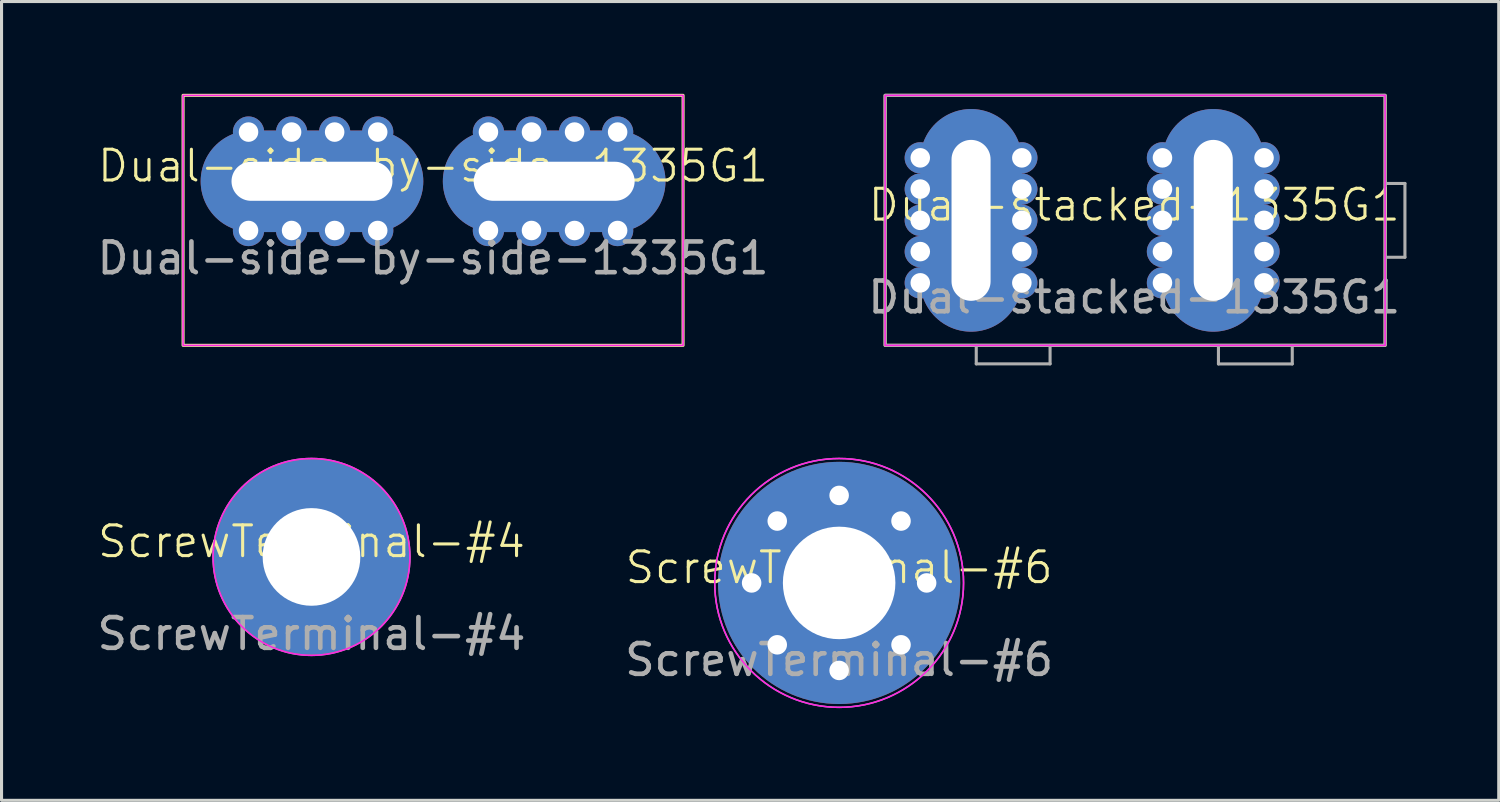
<source format=kicad_pcb>
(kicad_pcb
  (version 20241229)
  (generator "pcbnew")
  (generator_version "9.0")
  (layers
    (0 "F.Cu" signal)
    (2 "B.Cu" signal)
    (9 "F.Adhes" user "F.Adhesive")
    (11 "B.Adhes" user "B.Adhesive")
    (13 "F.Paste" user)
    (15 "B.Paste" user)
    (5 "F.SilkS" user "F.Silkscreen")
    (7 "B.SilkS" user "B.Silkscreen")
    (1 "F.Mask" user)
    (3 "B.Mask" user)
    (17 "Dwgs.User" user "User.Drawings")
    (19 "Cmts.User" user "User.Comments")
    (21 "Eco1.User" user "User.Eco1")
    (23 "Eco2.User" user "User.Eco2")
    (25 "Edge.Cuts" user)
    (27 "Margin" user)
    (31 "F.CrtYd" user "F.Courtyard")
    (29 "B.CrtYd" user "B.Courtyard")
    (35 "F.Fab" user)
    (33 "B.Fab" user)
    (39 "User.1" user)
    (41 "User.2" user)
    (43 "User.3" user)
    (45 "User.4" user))
  (footprint "Dual-stacked-1335G1"
    (layer "F.Cu")
    (at 33.827 4.114)
    (property "Reference" "Dual-stacked-1335G1" (at 0 -0.5 0) (unlocked yes) (layer "F.SilkS") (effects (font (size 1 1) (thickness 0.1))))
    (attr through_hole)
    (fp_rect (start -8.1 -4.064) (end 8.156 4.064) (stroke (width 0.1) (type default)) (fill no) (layer "F.SilkS"))
    (fp_rect (start -8.1 -4.064) (end 8.156 4.064) (stroke (width 0.05) (type default)) (fill no) (layer "F.CrtYd"))
    (fp_line (start -5.137 4.066) (end -5.137 4.666) (stroke (width 0.1) (type default)) (layer "F.Fab"))
    (fp_line (start -5.137 4.666) (end -2.737 4.666) (stroke (width 0.1) (type default)) (layer "F.Fab"))
    (fp_line (start -2.737 4.666) (end -2.737 4.066) (stroke (width 0.1) (type default)) (layer "F.Fab"))
    (fp_line (start 2.737 4.068) (end 2.737 4.668) (stroke (width 0.1) (type default)) (layer "F.Fab"))
    (fp_line (start 2.737 4.668) (end 5.137 4.668) (stroke (width 0.1) (type default)) (layer "F.Fab"))
    (fp_line (start 5.137 4.668) (end 5.137 4.068) (stroke (width 0.1) (type default)) (layer "F.Fab"))
    (fp_line (start 8.2 1.2) (end 8.8 1.2) (stroke (width 0.1) (type default)) (layer "F.Fab"))
    (fp_line (start 8.8 -1.2) (end 8.2 -1.2) (stroke (width 0.1) (type default)) (layer "F.Fab"))
    (fp_line (start 8.8 1.2) (end 8.8 -1.2) (stroke (width 0.1) (type default)) (layer "F.Fab"))
    (fp_rect (start -8.1 -4.064) (end 8.156 4.064) (stroke (width 0.1) (type default)) (fill no) (layer "F.Fab"))
    (fp_text user "${REFERENCE}" (at 0 2.5 0) (unlocked yes) (layer "F.Fab") (effects (font (size 1 1) (thickness 0.15))))
    (pad "1" thru_hole circle (at -6.957 -2.032) (size 1.016 1.016) (drill 0.635) (layers "*.Cu" "*.Mask"))
    (pad "1" thru_hole circle (at -6.957 -1.016) (size 1.016 1.016) (drill 0.635) (layers "*.Cu" "*.Mask"))
    (pad "1" thru_hole circle (at -6.957 0) (size 1.016 1.016) (drill 0.635) (layers "*.Cu" "*.Mask"))
    (pad "1" thru_hole circle (at -6.957 1.016) (size 1.016 1.016) (drill 0.635) (layers "*.Cu" "*.Mask"))
    (pad "1" thru_hole circle (at -6.957 2.032) (size 1.016 1.016) (drill 0.635) (layers "*.Cu" "*.Mask"))
    (pad "1" thru_hole oval (at -5.306 0 90) (size 7.239 3.302) (drill oval 5.232 1.27) (layers "*.Cu" "*.Mask"))
    (pad "1" thru_hole circle (at -3.655 -2.032) (size 1.016 1.016) (drill 0.635) (layers "*.Cu" "*.Mask"))
    (pad "1" thru_hole circle (at -3.655 -1.016) (size 1.016 1.016) (drill 0.635) (layers "*.Cu" "*.Mask"))
    (pad "1" thru_hole circle (at -3.655 0) (size 1.016 1.016) (drill 0.635) (layers "*.Cu" "*.Mask"))
    (pad "1" thru_hole circle (at -3.655 1.016) (size 1.016 1.016) (drill 0.635) (layers "*.Cu" "*.Mask"))
    (pad "1" thru_hole circle (at -3.655 2.032) (size 1.016 1.016) (drill 0.635) (layers "*.Cu" "*.Mask"))
    (pad "2" thru_hole circle (at 0.917 -2.032) (size 1.016 1.016) (drill 0.635) (layers "*.Cu" "*.Mask"))
    (pad "2" thru_hole circle (at 0.917 -1.016) (size 1.016 1.016) (drill 0.635) (layers "*.Cu" "*.Mask"))
    (pad "2" thru_hole circle (at 0.917 0) (size 1.016 1.016) (drill 0.635) (layers "*.Cu" "*.Mask"))
    (pad "2" thru_hole circle (at 0.917 1.016) (size 1.016 1.016) (drill 0.635) (layers "*.Cu" "*.Mask"))
    (pad "2" thru_hole circle (at 0.917 2.032) (size 1.016 1.016) (drill 0.635) (layers "*.Cu" "*.Mask"))
    (pad "2" thru_hole oval (at 2.568 0 90) (size 7.239 3.302) (drill oval 5.232 1.27) (layers "*.Cu" "*.Mask"))
    (pad "2" thru_hole circle (at 4.219 -2.032) (size 1.016 1.016) (drill 0.635) (layers "*.Cu" "*.Mask"))
    (pad "2" thru_hole circle (at 4.219 -1.016) (size 1.016 1.016) (drill 0.635) (layers "*.Cu" "*.Mask"))
    (pad "2" thru_hole circle (at 4.219 0) (size 1.016 1.016) (drill 0.635) (layers "*.Cu" "*.Mask"))
    (pad "2" thru_hole circle (at 4.219 1.016) (size 1.016 1.016) (drill 0.635) (layers "*.Cu" "*.Mask"))
    (pad "2" thru_hole circle (at 4.219 2.032) (size 1.016 1.016) (drill 0.635) (layers "*.Cu" "*.Mask")))
  (footprint "ScrewTerminal-#6"
    (layer "F.Cu")
    (at 24.232 15.902)
    (property "Reference" "ScrewTerminal-#6" (at 0 -0.5 0) (unlocked yes) (layer "F.SilkS") (effects (font (size 1 1) (thickness 0.1))))
    (attr through_hole)
    (fp_circle (center 0 0) (end 4 -0.6) (stroke (width 0.05) (type default)) (fill no) (layer "F.CrtYd"))
    (fp_circle (center 0 0) (end 4.045 0) (stroke (width 0.05) (type default)) (fill no) (layer "F.Fab"))
    (fp_text user "${REFERENCE}" (at 0 2.5 0) (unlocked yes) (layer "F.Fab") (effects (font (size 1 1) (thickness 0.15))))
    (pad "1" thru_hole circle (at -2.845 0) (size 1.016 1.016) (drill 0.635) (layers "*.Cu" "*.Mask"))
    (pad "1" thru_hole circle (at -2.012 -2.012 45) (size 1.016 1.016) (drill 0.635) (layers "*.Cu" "*.Mask"))
    (pad "1" thru_hole circle (at -2.012 2.012 45) (size 1.016 1.016) (drill 0.635) (layers "*.Cu" "*.Mask"))
    (pad "1" thru_hole circle (at 0 -2.845) (size 1.016 1.016) (drill 0.635) (layers "*.Cu" "*.Mask"))
    (pad "1" thru_hole circle (at 0 0) (size 7.874 7.874) (drill 3.658) (layers "*.Cu" "*.Mask"))
    (pad "1" thru_hole circle (at 0 2.845) (size 1.016 1.016) (drill 0.635) (layers "*.Cu" "*.Mask"))
    (pad "1" thru_hole circle (at 2.012 -2.012 45) (size 1.016 1.016) (drill 0.635) (layers "*.Cu" "*.Mask"))
    (pad "1" thru_hole circle (at 2.012 2.012 45) (size 1.016 1.016) (drill 0.635) (layers "*.Cu" "*.Mask"))
    (pad "1" thru_hole circle (at 2.845 0) (size 1.016 1.016) (drill 0.635) (layers "*.Cu" "*.Mask")))
  (footprint "ScrewTerminal-#4"
    (layer "F.Cu")
    (at 7.077 15.057)
    (property "Reference" "ScrewTerminal-#4" (at 0 -0.5 0) (unlocked yes) (layer "F.SilkS") (effects (font (size 1 1) (thickness 0.1))))
    (attr through_hole)
    (fp_circle (center 0 0) (end 3.2 0) (stroke (width 0.05) (type default)) (fill no) (layer "F.CrtYd"))
    (fp_circle (center 0 0) (end 3.2 0) (stroke (width 0.05) (type default)) (fill no) (layer "F.Fab"))
    (fp_text user "${REFERENCE}" (at 0 2.5 0) (unlocked yes) (layer "F.Fab") (effects (font (size 1 1) (thickness 0.15))))
    (pad "1" thru_hole circle (at 0 0) (size 6.35 6.35) (drill 3.175) (layers "*.Cu" "*.Mask")))
  (footprint "Dual-side-by-side-1335G1"
    (layer "F.Cu")
    (at 11.03 2.844)
    (property "Reference" "Dual-side-by-side-1335G1" (at 0 -0.5 0) (unlocked yes) (layer "F.SilkS") (effects (font (size 1 1) (thickness 0.1))))
    (attr through_hole)
    (fp_rect (start -8.128 -2.794) (end 8.128 5.334) (stroke (width 0.1) (type default)) (fill no) (layer "F.SilkS"))
    (fp_rect (start -8.128 -2.794) (end 8.128 5.334) (stroke (width 0.05) (type default)) (fill no) (layer "F.CrtYd"))
    (fp_text user "${REFERENCE}" (at 0 2.5 0) (unlocked yes) (layer "F.Fab") (effects (font (size 1 1) (thickness 0.15))))
    (pad "1" thru_hole circle (at -6 -1.6) (size 1.016 1.016) (drill 0.635) (layers "*.Cu" "*.Mask"))
    (pad "1" thru_hole circle (at -6 1.6) (size 1.016 1.016) (drill 0.635) (layers "*.Cu" "*.Mask"))
    (pad "1" thru_hole circle (at -4.6 -1.6) (size 1.016 1.016) (drill 0.635) (layers "*.Cu" "*.Mask"))
    (pad "1" thru_hole circle (at -4.6 1.6) (size 1.016 1.016) (drill 0.635) (layers "*.Cu" "*.Mask"))
    (pad "1" thru_hole oval (at -3.937 0) (size 7.239 3.302) (drill oval 5.232 1.27) (layers "*.Cu" "*.Mask"))
    (pad "1" thru_hole circle (at -3.2 -1.6) (size 1.016 1.016) (drill 0.635) (layers "*.Cu" "*.Mask"))
    (pad "1" thru_hole circle (at -3.2 1.6) (size 1.016 1.016) (drill 0.635) (layers "*.Cu" "*.Mask"))
    (pad "1" thru_hole circle (at -1.8 -1.6) (size 1.016 1.016) (drill 0.635) (layers "*.Cu" "*.Mask"))
    (pad "1" thru_hole circle (at -1.8 1.6) (size 1.016 1.016) (drill 0.635) (layers "*.Cu" "*.Mask"))
    (pad "2" thru_hole circle (at 1.8 -1.6) (size 1.016 1.016) (drill 0.635) (layers "*.Cu" "*.Mask"))
    (pad "2" thru_hole circle (at 1.8 1.6) (size 1.016 1.016) (drill 0.635) (layers "*.Cu" "*.Mask"))
    (pad "2" thru_hole circle (at 3.2 -1.6) (size 1.016 1.016) (drill 0.635) (layers "*.Cu" "*.Mask"))
    (pad "2" thru_hole circle (at 3.2 1.6) (size 1.016 1.016) (drill 0.635) (layers "*.Cu" "*.Mask"))
    (pad "2" thru_hole oval (at 3.937 0) (size 7.239 3.302) (drill oval 5.232 1.27) (layers "*.Cu" "*.Mask"))
    (pad "2" thru_hole circle (at 4.6 -1.6) (size 1.016 1.016) (drill 0.635) (layers "*.Cu" "*.Mask"))
    (pad "2" thru_hole circle (at 4.6 1.6) (size 1.016 1.016) (drill 0.635) (layers "*.Cu" "*.Mask"))
    (pad "2" thru_hole circle (at 6 -1.6) (size 1.016 1.016) (drill 0.635) (layers "*.Cu" "*.Mask"))
    (pad "2" thru_hole circle (at 6 1.6) (size 1.016 1.016) (drill 0.635) (layers "*.Cu" "*.Mask")))
  (gr_rect
    (start -3 -3)
    (end 45.677 22.971)
    (stroke (width 0.1) (type default))
    (fill no)
    (layer "Edge.Cuts")))
</source>
